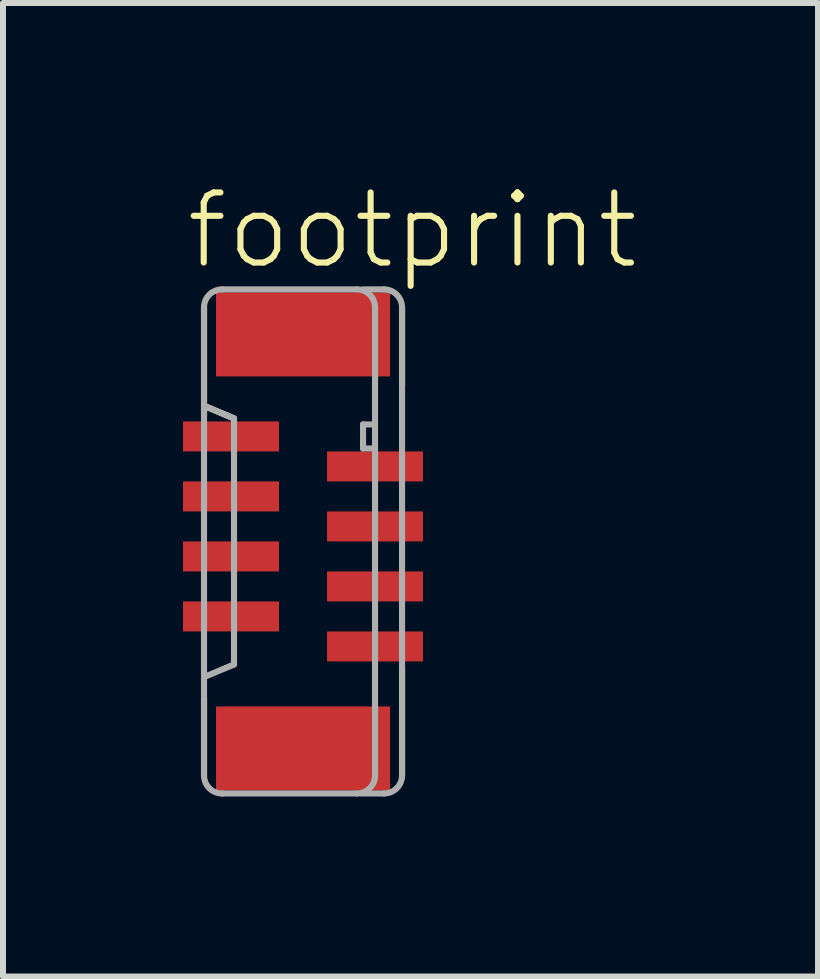
<source format=kicad_pcb>
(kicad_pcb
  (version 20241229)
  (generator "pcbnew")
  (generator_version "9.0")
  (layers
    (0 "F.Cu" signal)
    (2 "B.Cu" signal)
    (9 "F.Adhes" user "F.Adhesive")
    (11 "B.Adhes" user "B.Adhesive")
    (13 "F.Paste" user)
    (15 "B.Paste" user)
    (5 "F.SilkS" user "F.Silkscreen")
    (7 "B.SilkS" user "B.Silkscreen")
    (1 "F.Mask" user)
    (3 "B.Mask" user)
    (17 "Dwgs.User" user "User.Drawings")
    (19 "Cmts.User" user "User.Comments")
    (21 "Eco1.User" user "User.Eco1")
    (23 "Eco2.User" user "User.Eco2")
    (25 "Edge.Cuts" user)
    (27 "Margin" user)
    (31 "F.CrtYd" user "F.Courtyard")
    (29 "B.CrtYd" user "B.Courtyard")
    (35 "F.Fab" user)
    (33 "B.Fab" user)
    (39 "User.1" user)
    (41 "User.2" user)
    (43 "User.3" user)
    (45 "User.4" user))
  (footprint "footprint"
    (layer "F.Cu")
    (at 2 5.973)
    (property "Reference" "footprint" (at -2 -4.5 0) (layer "F.SilkS") (effects (font (size 1.168 1.168) (thickness 0.102)) (justify left bottom)))
    (fp_line (start -1.65 -3.9) (end -1.65 -2.1) (stroke (width 0.102) (type solid)) (layer "F.SilkS"))
    (fp_line (start -1.65 2.6) (end -1.65 3.9) (stroke (width 0.102) (type solid)) (layer "F.SilkS"))
    (fp_line (start -1.625 -2.25) (end -1.15 -2.05) (stroke (width 0.102) (type solid)) (layer "F.SilkS"))
    (fp_line (start 1.65 -2.6) (end 1.65 -3.9) (stroke (width 0.102) (type solid)) (layer "F.SilkS"))
    (fp_line (start 1.65 3.9) (end 1.65 2.1) (stroke (width 0.102) (type solid)) (layer "F.SilkS"))
    (fp_line (start -1.65 -3.9) (end -1.65 3.9) (stroke (width 0.102) (type solid)) (layer "F.Fab"))
    (fp_line (start -1.625 -2.25) (end -1.15 -2.05) (stroke (width 0.102) (type solid)) (layer "F.Fab"))
    (fp_line (start -1.35 4.2) (end 0.9 4.2) (stroke (width 0.102) (type solid)) (layer "F.Fab"))
    (fp_line (start -1.15 -2.05) (end -1.15 2.05) (stroke (width 0.102) (type solid)) (layer "F.Fab"))
    (fp_line (start -1.15 2.05) (end -1.625 2.25) (stroke (width 0.102) (type solid)) (layer "F.Fab"))
    (fp_line (start 0.9 -4.2) (end -1.35 -4.2) (stroke (width 0.102) (type solid)) (layer "F.Fab"))
    (fp_line (start 0.975 4.2) (end 1.35 4.2) (stroke (width 0.102) (type solid)) (layer "F.Fab"))
    (fp_line (start 1 -4.2) (end 1.35 -4.2) (stroke (width 0.102) (type solid)) (layer "F.Fab"))
    (fp_line (start 1 -1.95) (end 1 -1.55) (stroke (width 0.102) (type solid)) (layer "F.Fab"))
    (fp_line (start 1 -1.55) (end 1.15 -1.55) (stroke (width 0.102) (type solid)) (layer "F.Fab"))
    (fp_line (start 1.15 -1.95) (end 1 -1.95) (stroke (width 0.102) (type solid)) (layer "F.Fab"))
    (fp_line (start 1.2 3.9) (end 1.2 -3.9) (stroke (width 0.102) (type solid)) (layer "F.Fab"))
    (fp_line (start 1.65 3.9) (end 1.65 -3.9) (stroke (width 0.102) (type solid)) (layer "F.Fab"))
    (fp_arc (start -1.65 -3.9) (mid -1.562132 -4.112132) (end -1.35 -4.2) (stroke (width 0.1016) (type solid)) (layer "F.Fab"))
    (fp_arc (start -1.35 4.2) (mid -1.562132 4.112132) (end -1.65 3.9) (stroke (width 0.1016) (type solid)) (layer "F.Fab"))
    (fp_arc (start 0.9 -4.2) (mid 1.112132 -4.112132) (end 1.2 -3.9) (stroke (width 0.1016) (type solid)) (layer "F.Fab"))
    (fp_arc (start 1.2 3.9) (mid 1.112132 4.112132) (end 0.9 4.2) (stroke (width 0.1016) (type solid)) (layer "F.Fab"))
    (fp_arc (start 1.35 -4.2) (mid 1.562132 -4.112132) (end 1.65 -3.9) (stroke (width 0.1016) (type solid)) (layer "F.Fab"))
    (fp_arc (start 1.65 3.9) (mid 1.562132 4.112132) (end 1.35 4.2) (stroke (width 0.1016) (type solid)) (layer "F.Fab"))
    (pad "1" smd rect (at -1.2 -1.75 270) (size 0.5 1.6) (layers "F.Cu" "F.Mask" "F.Paste"))
    (pad "2" smd rect (at 1.2 -1.25 90) (size 0.5 1.6) (layers "F.Cu" "F.Mask" "F.Paste"))
    (pad "3" smd rect (at -1.2 -0.75 270) (size 0.5 1.6) (layers "F.Cu" "F.Mask" "F.Paste"))
    (pad "4" smd rect (at 1.2 -0.25 90) (size 0.5 1.6) (layers "F.Cu" "F.Mask" "F.Paste"))
    (pad "5" smd rect (at -1.2 0.25 270) (size 0.5 1.6) (layers "F.Cu" "F.Mask" "F.Paste"))
    (pad "6" smd rect (at 1.2 0.75 90) (size 0.5 1.6) (layers "F.Cu" "F.Mask" "F.Paste"))
    (pad "7" smd rect (at -1.2 1.25 270) (size 0.5 1.6) (layers "F.Cu" "F.Mask" "F.Paste"))
    (pad "8" smd rect (at 1.2 1.75 90) (size 0.5 1.6) (layers "F.Cu" "F.Mask" "F.Paste"))
    (pad "M1" smd rect (at 0 -3.45 270) (size 1.4 2.9) (layers "F.Cu" "F.Mask" "F.Paste"))
    (pad "M2" smd rect (at 0 3.45 270) (size 1.4 2.9) (layers "F.Cu" "F.Mask" "F.Paste")))
  (gr_rect
    (start -3 -3)
    (end 10.582 13.224)
    (stroke (width 0.1) (type default))
    (fill no)
    (layer "Edge.Cuts")))
</source>
